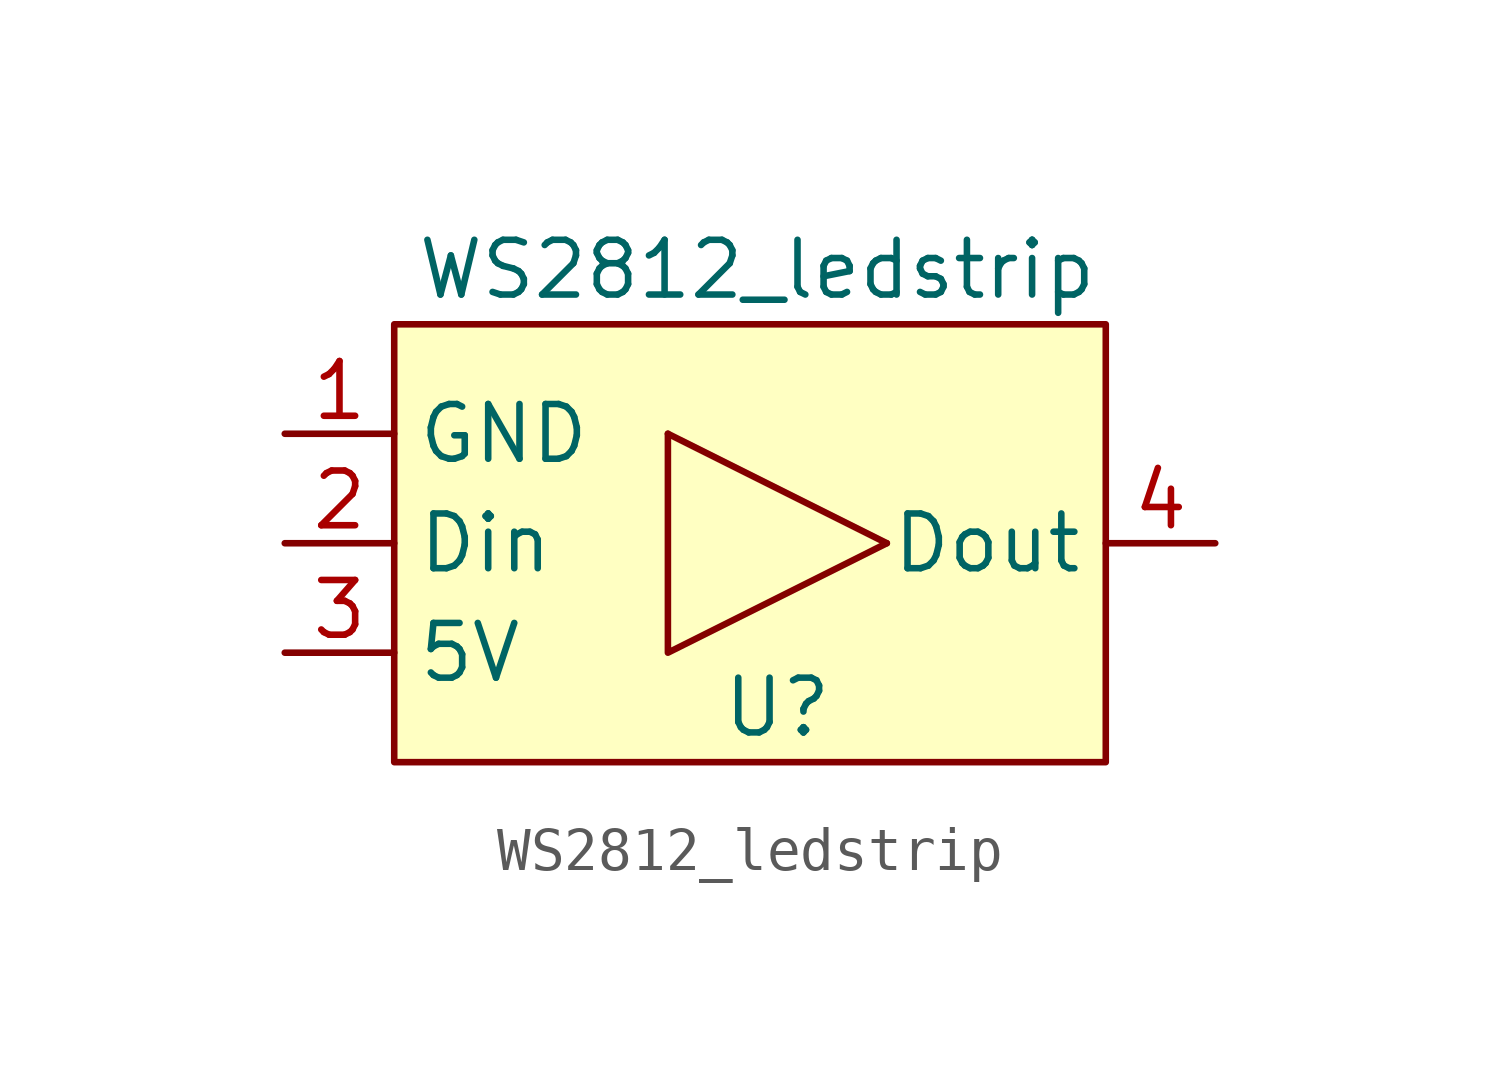
<source format=kicad_sym>
(kicad_symbol_lib
  (version 20211014)
  (generator kicad_symbol_editor)
  (symbol "WS2812_ledstrip"
    (property "Reference" "U"
      (at 1.27 -3.81 0)
      (effects (font (size 1.27 1.27))))
    (property "Value" "WS2812_ledstrip"
      (at 0.8 6.35 0)
      (effects (font (size 1.27 1.27))))
    (symbol "WS2812_ledstrip_0_1"
      (rectangle (start -7.62 5.08) (end 8.89 -5.08) (stroke (width 0) (type default) (color 0 0 0 0)) (fill (type background)))
      (polyline (pts (xy -1.27 2.54) (xy 3.81 0)) (stroke (width 0) (type default) (color 0 0 0 0)) (fill (type none)))
      (polyline (pts (xy -1.27 2.54) (xy -1.27 -2.54) (xy 3.81 0)) (stroke (width 0) (type default) (color 0 0 0 0)) (fill (type none))))
    (symbol "WS2812_ledstrip_1_1"
      (pin input line (at -10.16 2.54 0) (length 2.54) (name "GND" (effects (font (size 1.27 1.27)))) (number "1" (effects (font (size 1.27 1.27)))))
      (pin input line (at -10.16 0 0) (length 2.54) (name "Din" (effects (font (size 1.27 1.27)))) (number "2" (effects (font (size 1.27 1.27)))))
      (pin input line (at -10.16 -2.54 0) (length 2.54) (name "5V" (effects (font (size 1.27 1.27)))) (number "3" (effects (font (size 1.27 1.27)))))
      (pin output line (at 11.43 0 180) (length 2.54) (name "Dout" (effects (font (size 1.27 1.27)))) (number "4" (effects (font (size 1.27 1.27))))))))
</source>
